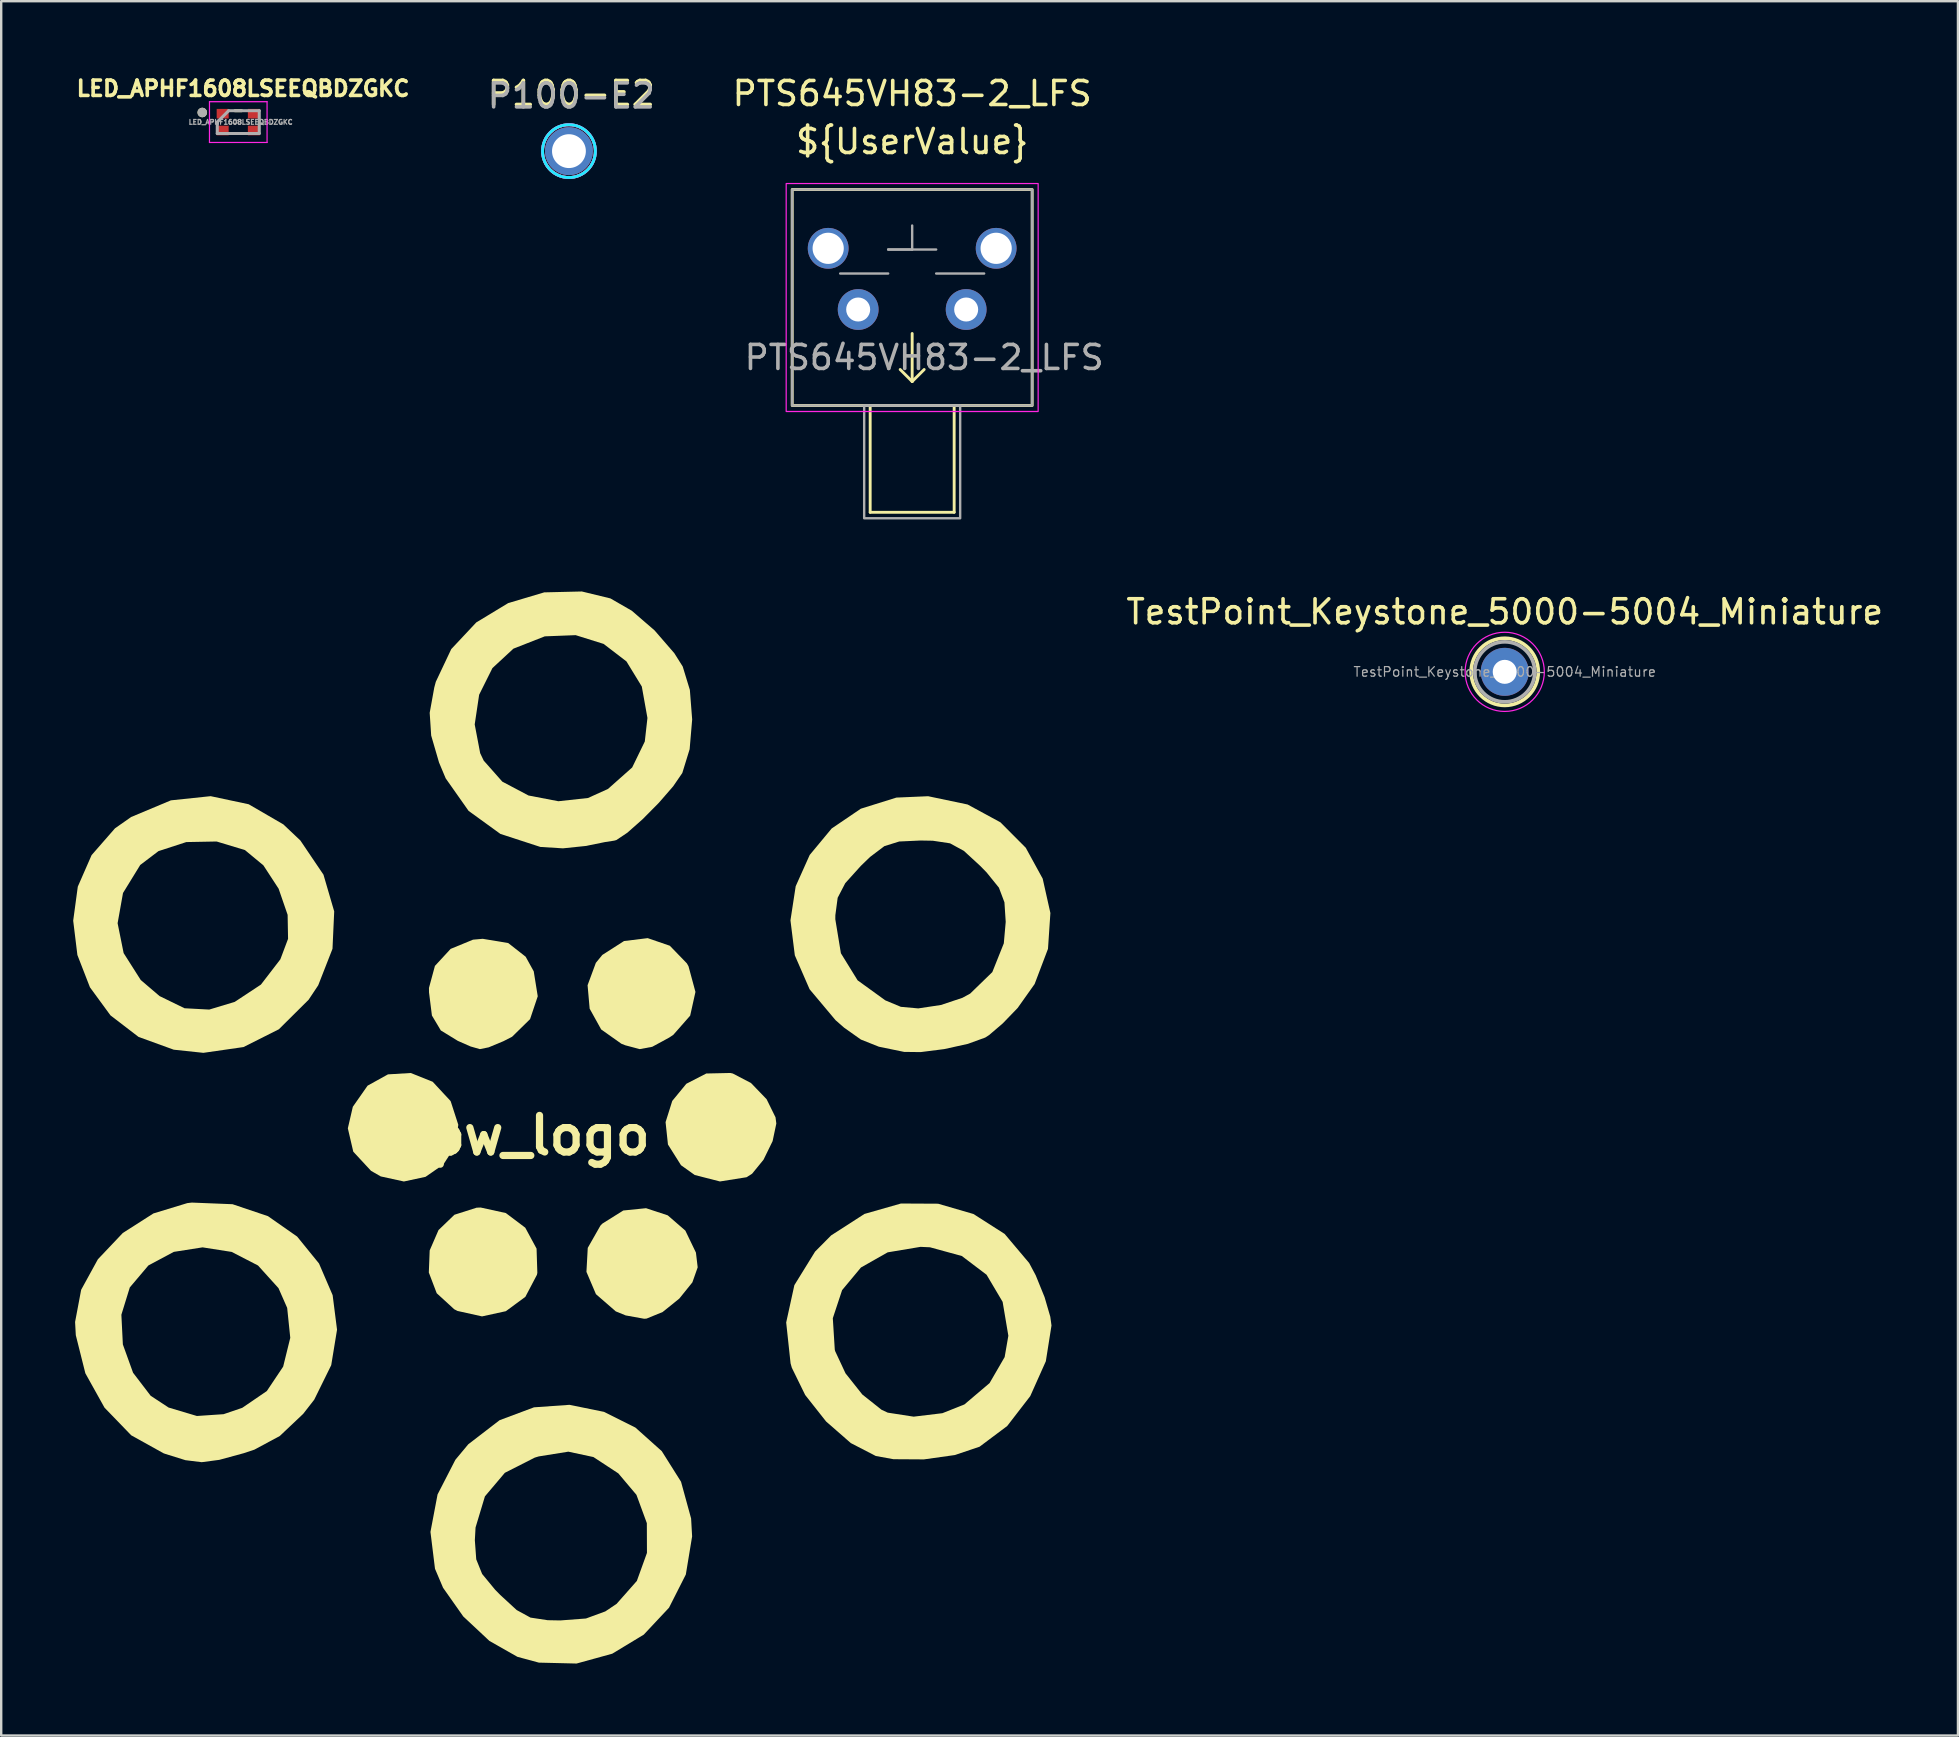
<source format=kicad_pcb>
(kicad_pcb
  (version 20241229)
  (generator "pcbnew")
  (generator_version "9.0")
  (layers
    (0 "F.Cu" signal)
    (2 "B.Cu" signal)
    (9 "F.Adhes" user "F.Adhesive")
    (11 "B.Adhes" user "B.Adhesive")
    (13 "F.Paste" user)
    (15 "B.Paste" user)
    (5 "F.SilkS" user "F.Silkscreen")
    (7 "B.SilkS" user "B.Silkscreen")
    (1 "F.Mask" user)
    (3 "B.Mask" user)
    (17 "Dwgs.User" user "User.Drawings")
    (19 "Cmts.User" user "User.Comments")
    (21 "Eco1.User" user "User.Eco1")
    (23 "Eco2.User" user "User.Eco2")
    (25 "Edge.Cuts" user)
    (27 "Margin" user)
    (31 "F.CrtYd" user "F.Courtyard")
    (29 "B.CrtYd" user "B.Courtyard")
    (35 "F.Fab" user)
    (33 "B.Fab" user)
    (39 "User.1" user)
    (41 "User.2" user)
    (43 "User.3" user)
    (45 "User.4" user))
  (footprint "P100-E2"
    (layer "F.Cu")
    (at 20.659 3.248)
    (property "Reference" "P100-E2" (at 0.1 -2.4 0) (unlocked yes) (layer "F.SilkS") (effects (font (size 1 1) (thickness 0.15))))
    (attr through_hole)
    (fp_circle (center 0 0) (end 1.1 0) (stroke (width 0.12) (type solid)) (fill no) (layer "F.SilkS"))
    (fp_circle (center 0 0) (end 1.1 0) (stroke (width 0.12) (type solid)) (fill no) (layer "B.CrtYd"))
    (fp_circle (center 0 0) (end 1.1 0) (stroke (width 0.12) (type solid)) (fill no) (layer "F.CrtYd"))
    (fp_text user "${REFERENCE}" (at 0.1 -2.3 0) (unlocked yes) (layer "F.Fab") (effects (font (size 1 1) (thickness 0.15))))
    (pad "1" thru_hole circle (at 0 0) (size 2 2) (drill 1.41) (layers "*.Cu" "*.Mask")))
  (footprint "TestPoint_Keystone_5000-5004_Miniature"
    (layer "F.Cu")
    (at 59.655 24.947)
    (property "Reference" "TestPoint_Keystone_5000-5004_Miniature" (at 0 -2.5 0) (layer "F.SilkS") (effects (font (size 1 1) (thickness 0.15))))
    (attr through_hole)
    (fp_circle (center 0 0) (end 1.4 0) (stroke (width 0.15) (type solid)) (fill no) (layer "F.SilkS"))
    (fp_circle (center 0 0) (end 1.65 0) (stroke (width 0.05) (type solid)) (fill no) (layer "F.CrtYd"))
    (fp_circle (center 0 0) (end 1.25 0) (stroke (width 0.15) (type solid)) (fill no) (layer "F.Fab"))
    (fp_text user "${REFERENCE}" (at 0 0 0) (layer "F.Fab") (effects (font (size 0.4 0.4) (thickness 0.05))))
    (pad "1" thru_hole circle (at 0 0) (size 2 2) (drill 1) (layers "*.Cu" "*.Mask")))
  (footprint "PTS645VH83-2_LFS"
    (layer "F.Cu")
    (at 34.962 7.348)
    (property "Reference" "PTS645VH83-2_LFS" (at 0 -6.5 0) (unlocked yes) (layer "F.SilkS") (effects (font (size 1 1) (thickness 0.15))))
    (attr through_hole)
    (fp_line (start -1.75 10.95) (end -1.75 6.5) (stroke (width 0.12) (type solid)) (layer "F.SilkS"))
    (fp_line (start 0 3.5) (end 0 5.5) (stroke (width 0.12) (type solid)) (layer "F.SilkS"))
    (fp_line (start 0 5.5) (end -0.5 5) (stroke (width 0.12) (type solid)) (layer "F.SilkS"))
    (fp_line (start 0 5.5) (end 0.5 5) (stroke (width 0.12) (type solid)) (layer "F.SilkS"))
    (fp_line (start 0 6.5) (end -1.75 6.5) (stroke (width 0.12) (type solid)) (layer "F.SilkS"))
    (fp_line (start 0 6.5) (end 1.75 6.5) (stroke (width 0.12) (type solid)) (layer "F.SilkS"))
    (fp_line (start 1.75 6.5) (end 1.75 10.95) (stroke (width 0.12) (type solid)) (layer "F.SilkS"))
    (fp_line (start 1.75 10.95) (end -1.75 10.95) (stroke (width 0.12) (type solid)) (layer "F.SilkS"))
    (fp_rect (start -5 -2.5) (end 5 6.5) (stroke (width 0.12) (type solid)) (fill no) (layer "F.SilkS"))
    (fp_rect (start -5.25 -2.75) (end 5.25 6.75) (stroke (width 0.05) (type solid)) (fill no) (layer "F.CrtYd"))
    (fp_line (start -3 1) (end -1 1) (stroke (width 0.1) (type solid)) (layer "F.Fab"))
    (fp_line (start -1 0) (end 1 0) (stroke (width 0.1) (type solid)) (layer "F.Fab"))
    (fp_line (start 0 -1) (end 0 0) (stroke (width 0.1) (type solid)) (layer "F.Fab"))
    (fp_line (start 0 0) (end -1 0) (stroke (width 0.1) (type solid)) (layer "F.Fab"))
    (fp_line (start 1 1) (end 3 1) (stroke (width 0.1) (type solid)) (layer "F.Fab"))
    (fp_rect (start -2 6.5) (end 2 11.2) (stroke (width 0.1) (type solid)) (fill no) (layer "F.Fab"))
    (fp_rect (start 5 -2.5) (end -5 6.5) (stroke (width 0.1) (type solid)) (fill no) (layer "F.Fab"))
    (fp_text user "${UserValue}" (at 0 -4.5 0) (unlocked yes) (layer "F.SilkS") (effects (font (size 1 1) (thickness 0.15))))
    (fp_text user "${REFERENCE}" (at 0.5 4.5 0) (unlocked yes) (layer "F.Fab") (effects (font (size 1 1) (thickness 0.15))))
    (pad "" np_thru_hole circle (at -3.5 -0.05 180) (size 1.7 1.7) (drill 1.3) (layers "*.Cu" "*.Mask"))
    (pad "" np_thru_hole circle (at 3.5 -0.05 180) (size 1.7 1.7) (drill 1.3) (layers "*.Cu" "*.Mask"))
    (pad "1" thru_hole circle (at -2.25 2.5 180) (size 1.7 1.7) (drill 1) (layers "*.Cu" "*.Mask"))
    (pad "2" thru_hole circle (at 2.25 2.5 180) (size 1.7 1.7) (drill 1) (layers "*.Cu" "*.Mask")))
  (footprint "pw_logo"
    (layer "F.Cu")
    (at 19.469 44.266)
    (property "Reference" "pw_logo" (at 0 0 0) (layer "F.SilkS") (effects (font (size 1.524 1.524) (thickness 0.3))))
    (attr board_only exclude_from_pos_files exclude_from_bom)
    (fp_poly (pts (xy -4.489 -2.237) (xy -3.751 -1.443) (xy -3.735 -1.416) (xy -3.421 -0.444) (xy -3.556 0.459) (xy -4.043 1.211) (xy -4.786 1.725) (xy -5.688 1.919) (xy -6.652 1.708) (xy -7.058 1.475) (xy -7.797 0.677) (xy -8.024 -0.296) (xy -7.816 -1.195) (xy -7.201 -2.074) (xy -6.351 -2.545) (xy -5.401 -2.602)) (stroke (width 0) (type solid)) (fill yes) (layer "F.SilkS"))
    (fp_poly (pts (xy -1.44 3.234) (xy -0.63 3.845) (xy -0.159 4.716) (xy -0.127 5.729) (xy -0.145 5.81) (xy -0.626 6.726) (xy -1.439 7.324) (xy -2.432 7.541) (xy -3.454 7.314) (xy -3.59 7.244) (xy -4.32 6.576) (xy -4.649 5.713) (xy -4.613 4.791) (xy -4.245 3.943) (xy -3.582 3.305) (xy -2.658 3.011) (xy -2.489 3.004)) (stroke (width 0) (type solid)) (fill yes) (layer "F.SilkS"))
    (fp_poly (pts (xy 5.307 3.33) (xy 6.041 3.966) (xy 6.482 4.882) (xy 6.555 5.496) (xy 6.334 6.123) (xy 5.788 6.8) (xy 5.093 7.359) (xy 4.424 7.633) (xy 4.323 7.639) (xy 3.554 7.5) (xy 3.141 7.332) (xy 2.315 6.614) (xy 1.919 5.685) (xy 1.974 4.686) (xy 2.501 3.759) (xy 2.582 3.675) (xy 3.454 3.128) (xy 4.403 3.032)) (stroke (width 0) (type solid)) (fill yes) (layer "F.SilkS"))
    (fp_poly (pts (xy 5.394 -7.905) (xy 6.105 -7.17) (xy 6.173 -7.048) (xy 6.462 -5.98) (xy 6.242 -4.992) (xy 5.539 -4.192) (xy 5.368 -4.078) (xy 4.661 -3.694) (xy 4.138 -3.597) (xy 3.541 -3.756) (xy 3.375 -3.821) (xy 2.533 -4.417) (xy 2.053 -5.282) (xy 1.967 -6.26) (xy 2.311 -7.192) (xy 2.582 -7.523) (xy 3.485 -8.101) (xy 4.471 -8.222)) (stroke (width 0) (type solid)) (fill yes) (layer "F.SilkS"))
    (fp_poly (pts (xy 8.019 -2.58) (xy 8.776 -2.185) (xy 9.427 -1.51) (xy 9.799 -0.754) (xy 9.832 -0.496) (xy 9.677 0.238) (xy 9.298 1.013) (xy 8.822 1.596) (xy 8.591 1.742) (xy 7.483 1.918) (xy 6.432 1.649) (xy 5.86 1.241) (xy 5.316 0.378) (xy 5.217 -0.554) (xy 5.495 -1.438) (xy 6.082 -2.153) (xy 6.913 -2.581) (xy 7.918 -2.603)) (stroke (width 0) (type solid)) (fill yes) (layer "F.SilkS"))
    (fp_poly (pts (xy -1.34 -8.017) (xy -0.614 -7.448) (xy -0.277 -6.838) (xy -0.11 -5.799) (xy -0.43 -4.846) (xy -1.18 -4.111) (xy -1.54 -3.927) (xy -2.155 -3.671) (xy -2.521 -3.597) (xy -2.908 -3.707) (xy -3.441 -3.941) (xy -4.149 -4.375) (xy -4.52 -4.997) (xy -4.641 -5.962) (xy -4.643 -6.148) (xy -4.395 -7.064) (xy -3.74 -7.774) (xy -2.808 -8.158) (xy -2.403 -8.194)) (stroke (width 0) (type solid)) (fill yes) (layer "F.SilkS"))
    (fp_poly (pts (xy -12.156 -13.801) (xy -10.711 -12.962) (xy -10.001 -12.29) (xy -9.039 -10.866) (xy -8.592 -9.337) (xy -8.663 -7.778) (xy -9.258 -6.257) (xy -9.659 -5.654) (xy -10.898 -4.424) (xy -12.371 -3.683) (xy -14.043 -3.442) (xy -15.279 -3.573) (xy -16.746 -4.106) (xy -17.916 -5.004) (xy -18.771 -6.173) (xy -19.294 -7.519) (xy -19.456 -8.844) (xy -17.618 -8.844) (xy -17.367 -7.599) (xy -16.654 -6.477) (xy -15.869 -5.807) (xy -14.829 -5.3) (xy -13.8 -5.245) (xy -12.737 -5.566) (xy -11.646 -6.286) (xy -10.836 -7.339) (xy -10.515 -8.193) (xy -10.533 -9.193) (xy -10.909 -10.283) (xy -11.543 -11.255) (xy -12.312 -11.892) (xy -13.492 -12.249) (xy -14.756 -12.225) (xy -15.915 -11.848) (xy -16.675 -11.271) (xy -17.393 -10.103) (xy -17.618 -8.844) (xy -19.456 -8.844) (xy -19.469 -8.949) (xy -19.277 -10.368) (xy -18.702 -11.682) (xy -17.726 -12.799) (xy -17.054 -13.27) (xy -15.397 -13.964) (xy -13.741 -14.138)) (stroke (width 0) (type solid)) (fill yes) (layer "F.SilkS"))
    (fp_poly (pts (xy -12.829 2.866) (xy -11.352 3.364) (xy -10.137 4.214) (xy -9.225 5.337) (xy -8.657 6.657) (xy -8.474 8.095) (xy -8.716 9.573) (xy -9.426 11.014) (xy -9.885 11.603) (xy -10.86 12.525) (xy -11.918 13.094) (xy -12.359 13.241) (xy -13.38 13.519) (xy -14.115 13.616) (xy -14.791 13.533) (xy -15.637 13.269) (xy -15.704 13.245) (xy -17.051 12.496) (xy -18.164 11.344) (xy -18.962 9.912) (xy -19.36 8.325) (xy -19.39 7.773) (xy -19.333 7.472) (xy -17.461 7.472) (xy -17.399 8.71) (xy -16.974 9.889) (xy -16.24 10.849) (xy -15.494 11.339) (xy -14.314 11.691) (xy -13.202 11.616) (xy -12.424 11.351) (xy -11.4 10.652) (xy -10.719 9.634) (xy -10.423 8.433) (xy -10.552 7.186) (xy -10.914 6.363) (xy -11.767 5.42) (xy -12.864 4.854) (xy -14.077 4.664) (xy -15.276 4.852) (xy -16.335 5.418) (xy -17.11 6.334) (xy -17.461 7.472) (xy -19.333 7.472) (xy -19.137 6.432) (xy -18.44 5.161) (xy -17.403 4.066) (xy -16.127 3.251) (xy -14.714 2.82) (xy -14.526 2.798)) (stroke (width 0) (type solid)) (fill yes) (layer "F.SilkS"))
    (fp_poly (pts (xy 2.65 11.519) (xy 3.96 12.174) (xy 5.059 13.157) (xy 5.861 14.431) (xy 6.281 15.962) (xy 6.323 16.709) (xy 6.061 18.297) (xy 5.36 19.681) (xy 4.309 20.802) (xy 2.995 21.597) (xy 1.508 22.007) (xy -0.064 21.969) (xy -0.956 21.728) (xy -2.124 21.065) (xy -3.214 20.045) (xy -4.056 18.849) (xy -4.392 18.058) (xy -4.538 16.869) (xy -2.731 16.869) (xy -2.673 17.665) (xy -2.427 18.275) (xy -1.888 18.929) (xy -1.671 19.15) (xy -0.988 19.778) (xy -0.412 20.093) (xy 0.304 20.201) (xy 0.83 20.211) (xy 1.9 20.13) (xy 2.705 19.835) (xy 3.175 19.521) (xy 4.02 18.564) (xy 4.441 17.397) (xy 4.436 16.156) (xy 4.003 14.977) (xy 3.248 14.083) (xy 2.21 13.402) (xy 1.164 13.178) (xy -0.069 13.376) (xy -0.235 13.426) (xy -1.481 14.059) (xy -2.311 15.04) (xy -2.702 16.338) (xy -2.731 16.869) (xy -4.538 16.869) (xy -4.581 16.522) (xy -4.285 14.961) (xy -3.543 13.517) (xy -3.006 12.871) (xy -1.701 11.867) (xy -0.266 11.33) (xy 1.212 11.226)) (stroke (width 0) (type solid)) (fill yes) (layer "F.SilkS"))
    (fp_poly (pts (xy 16.573 2.845) (xy 18.047 3.274) (xy 19.346 4.104) (xy 20.368 5.316) (xy 20.642 5.83) (xy 21.011 6.739) (xy 21.249 7.555) (xy 21.299 7.92) (xy 21.063 9.411) (xy 20.414 10.863) (xy 19.453 12.109) (xy 18.301 12.972) (xy 17.268 13.319) (xy 15.981 13.5) (xy 14.713 13.492) (xy 13.977 13.358) (xy 12.936 12.82) (xy 11.905 11.919) (xy 11.035 10.817) (xy 10.478 9.681) (xy 10.426 9.499) (xy 10.243 7.795) (xy 10.282 7.617) (xy 12.186 7.617) (xy 12.268 8.928) (xy 12.283 8.987) (xy 12.715 9.913) (xy 13.417 10.797) (xy 14.214 11.43) (xy 14.475 11.552) (xy 15.555 11.719) (xy 16.752 11.575) (xy 17.67 11.21) (xy 18.718 10.321) (xy 19.347 9.236) (xy 19.501 8.347) (xy 19.263 6.936) (xy 18.594 5.806) (xy 17.562 5.024) (xy 16.235 4.661) (xy 15.841 4.643) (xy 14.472 4.872) (xy 13.359 5.503) (xy 12.573 6.447) (xy 12.186 7.617) (xy 10.282 7.617) (xy 10.584 6.239) (xy 11.448 4.84) (xy 12.116 4.166) (xy 13.505 3.271) (xy 15.025 2.837)) (stroke (width 0) (type solid)) (fill yes) (layer "F.SilkS"))
    (fp_poly (pts (xy 2.918 -22.379) (xy 3.81 -21.865) (xy 4.76 -21.044) (xy 5.581 -20.096) (xy 5.931 -19.541) (xy 6.229 -18.566) (xy 6.325 -17.334) (xy 6.22 -16.096) (xy 5.914 -15.103) (xy 5.912 -15.1) (xy 5.533 -14.548) (xy 4.939 -13.864) (xy 4.26 -13.178) (xy 3.625 -12.616) (xy 3.163 -12.308) (xy 3.072 -12.284) (xy 2.69 -12.225) (xy 2.021 -12.089) (xy 1.912 -12.065) (xy 0.94 -11.964) (xy 0 -12.022) (xy -1.667 -12.565) (xy -2.992 -13.525) (xy -3.947 -14.881) (xy -4.224 -15.542) (xy -4.551 -16.665) (xy -4.581 -17.127) (xy -2.737 -17.127) (xy -2.509 -15.93) (xy -2.362 -15.62) (xy -1.586 -14.743) (xy -0.495 -14.166) (xy 0.749 -13.927) (xy 1.984 -14.062) (xy 2.815 -14.438) (xy 3.825 -15.334) (xy 4.351 -16.416) (xy 4.461 -17.396) (xy 4.226 -18.708) (xy 3.586 -19.754) (xy 2.635 -20.483) (xy 1.469 -20.848) (xy 0.184 -20.798) (xy -1.124 -20.285) (xy -1.999 -19.475) (xy -2.552 -18.365) (xy -2.737 -17.127) (xy -4.581 -17.127) (xy -4.613 -17.61) (xy -4.422 -18.666) (xy -4.358 -18.905) (xy -3.714 -20.267) (xy -2.672 -21.378) (xy -1.343 -22.183) (xy 0.16 -22.631) (xy 1.728 -22.668)) (stroke (width 0) (type solid)) (fill yes) (layer "F.SilkS"))
    (fp_poly (pts (xy 17.803 -13.791) (xy 19.171 -13.048) (xy 20.226 -11.989) (xy 20.932 -10.701) (xy 21.253 -9.268) (xy 21.153 -7.776) (xy 20.596 -6.309) (xy 19.888 -5.311) (xy 19.266 -4.667) (xy 18.701 -4.184) (xy 18.538 -4.079) (xy 17.815 -3.816) (xy 16.83 -3.598) (xy 15.846 -3.473) (xy 15.158 -3.481) (xy 14.107 -3.697) (xy 13.356 -3.996) (xy 12.658 -4.49) (xy 12.299 -4.804) (xy 11.218 -6.092) (xy 10.603 -7.505) (xy 10.421 -8.963) (xy 10.428 -9.009) (xy 12.29 -9.009) (xy 12.523 -7.592) (xy 13.219 -6.464) (xy 14.374 -5.629) (xy 15.022 -5.359) (xy 15.747 -5.294) (xy 16.689 -5.436) (xy 17.587 -5.735) (xy 17.91 -5.911) (xy 18.833 -6.807) (xy 19.312 -8.005) (xy 19.391 -8.899) (xy 19.338 -9.715) (xy 19.108 -10.325) (xy 18.594 -10.961) (xy 18.331 -11.23) (xy 17.648 -11.858) (xy 17.071 -12.173) (xy 16.354 -12.281) (xy 15.841 -12.29) (xy 14.953 -12.249) (xy 14.334 -12.055) (xy 13.737 -11.604) (xy 13.351 -11.23) (xy 12.705 -10.513) (xy 12.388 -9.903) (xy 12.292 -9.179) (xy 12.29 -9.009) (xy 10.428 -9.009) (xy 10.639 -10.384) (xy 11.223 -11.688) (xy 12.139 -12.792) (xy 13.354 -13.616) (xy 14.835 -14.079) (xy 16.158 -14.136)) (stroke (width 0) (type solid)) (fill yes) (layer "F.SilkS")))
  (footprint "LED_APHF1608LSEEQBDZGKC"
    (layer "F.Cu")
    (at 6.879 2.038)
    (property "Reference" "LED_APHF1608LSEEQBDZGKC" (at 0.2 -1.4 0) (layer "F.SilkS") (effects (font (size 0.64 0.64) (thickness 0.15))))
    (attr through_hole)
    (fp_line (start -0.137 -0.475) (end 0.137 -0.475) (stroke (width 0.127) (type solid)) (layer "F.SilkS"))
    (fp_line (start -0.137 0.475) (end 0.137 0.475) (stroke (width 0.127) (type solid)) (layer "F.SilkS"))
    (fp_circle (center -1.5 -0.4) (end -1.4 -0.4) (stroke (width 0.2) (type solid)) (fill no) (layer "F.SilkS"))
    (fp_line (start -1.2 -0.85) (end 1.2 -0.85) (stroke (width 0.05) (type solid)) (layer "F.CrtYd"))
    (fp_line (start -1.2 0.85) (end -1.2 -0.85) (stroke (width 0.05) (type solid)) (layer "F.CrtYd"))
    (fp_line (start 1.2 -0.85) (end 1.2 0.85) (stroke (width 0.05) (type solid)) (layer "F.CrtYd"))
    (fp_line (start 1.2 0.85) (end -1.2 0.85) (stroke (width 0.05) (type solid)) (layer "F.CrtYd"))
    (fp_line (start -0.875 0.475) (end -0.875 0) (stroke (width 0.127) (type solid)) (layer "F.Fab"))
    (fp_line (start -0.4 -0.475) (end -0.875 0) (stroke (width 0.127) (type solid)) (layer "F.Fab"))
    (fp_line (start -0.4 -0.475) (end 0.875 -0.475) (stroke (width 0.127) (type solid)) (layer "F.Fab"))
    (fp_line (start 0.875 -0.475) (end 0.875 0.475) (stroke (width 0.127) (type solid)) (layer "F.Fab"))
    (fp_line (start 0.875 0.475) (end -0.875 0.475) (stroke (width 0.127) (type solid)) (layer "F.Fab"))
    (fp_circle (center -1.5 -0.4) (end -1.4 -0.4) (stroke (width 0.2) (type solid)) (fill no) (layer "F.Fab"))
    (fp_text user "${REFERENCE}" (at 0.1 0 0) (unlocked yes) (layer "F.Fab") (effects (font (size 0.2 0.2) (thickness 0.05))))
    (pad "1" smd rect (at -0.65 -0.35) (size 0.5 0.4) (layers "F.Cu" "F.Mask" "F.Paste"))
    (pad "2" smd rect (at -0.65 0.35) (size 0.5 0.4) (layers "F.Cu" "F.Mask" "F.Paste"))
    (pad "3" smd rect (at 0.65 0.35) (size 0.5 0.4) (layers "F.Cu" "F.Mask" "F.Paste"))
    (pad "4" smd rect (at 0.65 -0.35) (size 0.5 0.4) (layers "F.Cu" "F.Mask" "F.Paste")))
  (gr_rect
    (start -3 -3)
    (end 78.542 69.273)
    (stroke (width 0.1) (type default))
    (fill no)
    (layer "Edge.Cuts")))
</source>
